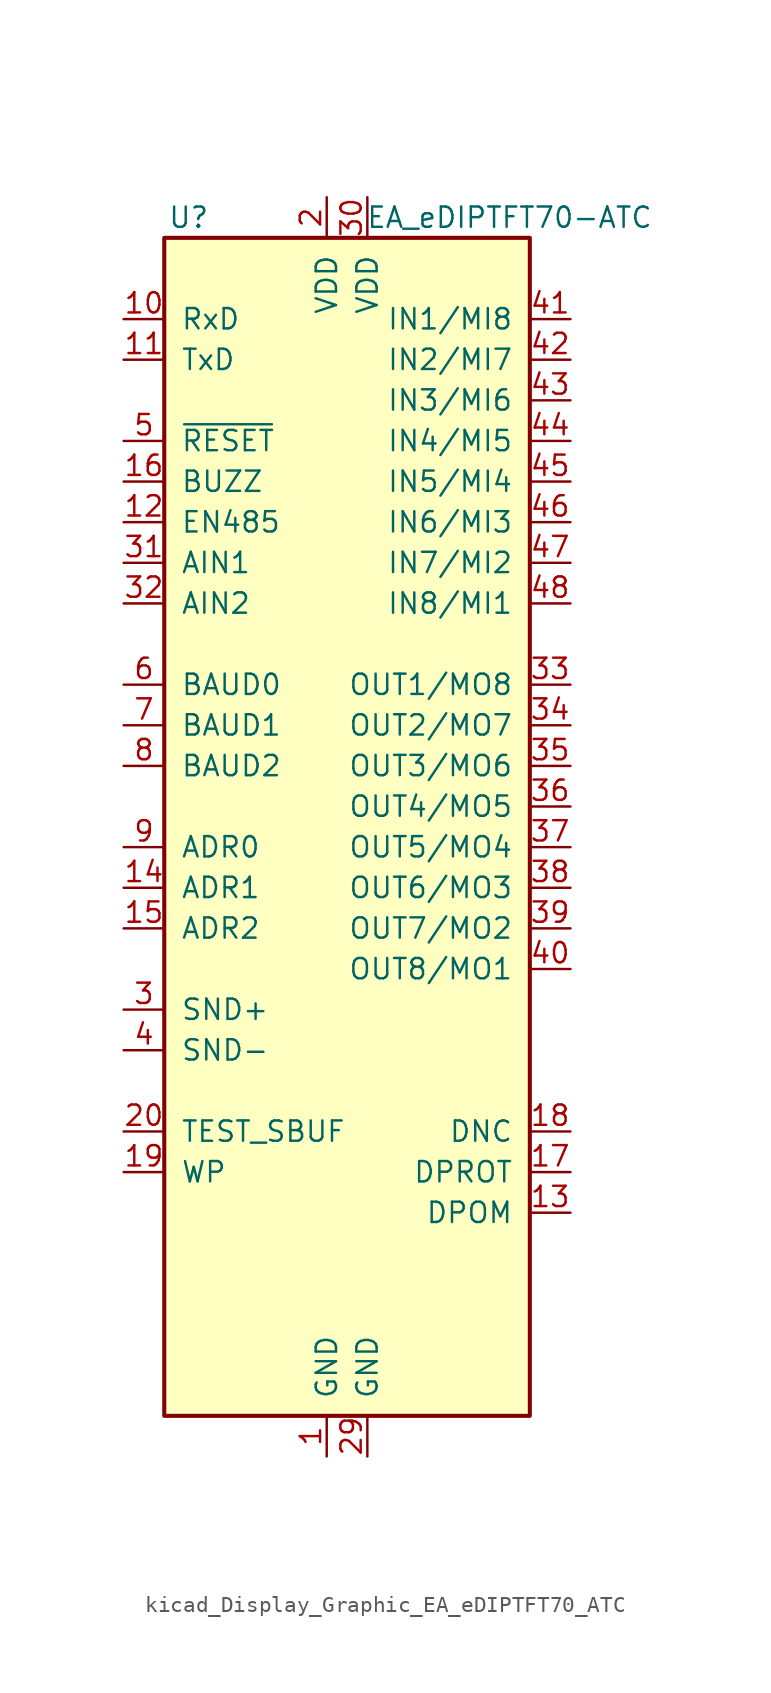
<source format=kicad_sym>
(kicad_symbol_lib
  (version 20220914)
  (generator kicad_symbol_editor)
  (symbol "kicad_Display_Graphic_EA_eDIPTFT70_ATC"
    (pin_names
      (offset 1.016))
    (property "Reference" "U"
      (at -8.636 36.83 0)
      (effects (font (size 1.27 1.27))))
    (property "Value" "EA_eDIPTFT70-ATC"
      (at 11.43 36.83 0)
      (effects (font (size 1.27 1.27))))
    (symbol "kicad_Display_Graphic_EA_eDIPTFT70_ATC_0_1"
      (rectangle (start -10.16 35.56) (end 12.7 -38.1) (stroke (width 0.254) (type default)) (fill (type background))))
    (symbol "kicad_Display_Graphic_EA_eDIPTFT70_ATC_1_1"
      (pin power_in line (at 0 -40.64 90) (length 2.54) (name "GND" (effects (font (size 1.27 1.27)))) (number "1" (effects (font (size 1.27 1.27)))))
      (pin input line (at -12.7 30.48 0) (length 2.54) (name "RxD" (effects (font (size 1.27 1.27)))) (number "10" (effects (font (size 1.27 1.27)))))
      (pin output line (at -12.7 27.94 0) (length 2.54) (name "TxD" (effects (font (size 1.27 1.27)))) (number "11" (effects (font (size 1.27 1.27)))))
      (pin output line (at -12.7 17.78 0) (length 2.54) (name "EN485" (effects (font (size 1.27 1.27)))) (number "12" (effects (font (size 1.27 1.27)))))
      (pin input line (at 15.24 -25.4 180) (length 2.54) (name "DPOM" (effects (font (size 1.27 1.27)))) (number "13" (effects (font (size 1.27 1.27)))))
      (pin input line (at -12.7 -5.08 0) (length 2.54) (name "ADR1" (effects (font (size 1.27 1.27)))) (number "14" (effects (font (size 1.27 1.27)))))
      (pin input line (at -12.7 -7.62 0) (length 2.54) (name "ADR2" (effects (font (size 1.27 1.27)))) (number "15" (effects (font (size 1.27 1.27)))))
      (pin output line (at -12.7 20.32 0) (length 2.54) (name "BUZZ" (effects (font (size 1.27 1.27)))) (number "16" (effects (font (size 1.27 1.27)))))
      (pin input line (at 15.24 -22.86 180) (length 2.54) (name "DPROT" (effects (font (size 1.27 1.27)))) (number "17" (effects (font (size 1.27 1.27)))))
      (pin output line (at 15.24 -20.32 180) (length 2.54) (name "DNC" (effects (font (size 1.27 1.27)))) (number "18" (effects (font (size 1.27 1.27)))))
      (pin input line (at -12.7 -22.86 0) (length 2.54) (name "WP" (effects (font (size 1.27 1.27)))) (number "19" (effects (font (size 1.27 1.27)))))
      (pin power_in line (at 0 38.1 270) (length 2.54) (name "VDD" (effects (font (size 1.27 1.27)))) (number "2" (effects (font (size 1.27 1.27)))))
      (pin bidirectional line (at -12.7 -20.32 0) (length 2.54) (name "TEST_SBUF" (effects (font (size 1.27 1.27)))) (number "20" (effects (font (size 1.27 1.27)))))
      (pin no_connect line (at -10.16 -27.94 0) (length 2.54) hide (name "NC" (effects (font (size 1.27 1.27)))) (number "21" (effects (font (size 1.27 1.27)))))
      (pin no_connect line (at -10.16 -30.48 0) (length 2.54) hide (name "NC" (effects (font (size 1.27 1.27)))) (number "22" (effects (font (size 1.27 1.27)))))
      (pin no_connect line (at -10.16 -33.02 0) (length 2.54) hide (name "NC" (effects (font (size 1.27 1.27)))) (number "23" (effects (font (size 1.27 1.27)))))
      (pin no_connect line (at -10.16 -35.56 0) (length 2.54) hide (name "NC" (effects (font (size 1.27 1.27)))) (number "24" (effects (font (size 1.27 1.27)))))
      (pin no_connect line (at 12.7 -35.56 180) (length 2.54) hide (name "NC" (effects (font (size 1.27 1.27)))) (number "25" (effects (font (size 1.27 1.27)))))
      (pin no_connect line (at 12.7 -33.02 180) (length 2.54) hide (name "NC" (effects (font (size 1.27 1.27)))) (number "26" (effects (font (size 1.27 1.27)))))
      (pin no_connect line (at 12.7 -30.48 180) (length 2.54) hide (name "NC" (effects (font (size 1.27 1.27)))) (number "27" (effects (font (size 1.27 1.27)))))
      (pin no_connect line (at 12.7 -27.94 180) (length 2.54) hide (name "NC" (effects (font (size 1.27 1.27)))) (number "28" (effects (font (size 1.27 1.27)))))
      (pin power_in line (at 2.54 -40.64 90) (length 2.54) (name "GND" (effects (font (size 1.27 1.27)))) (number "29" (effects (font (size 1.27 1.27)))))
      (pin output line (at -12.7 -12.7 0) (length 2.54) (name "SND+" (effects (font (size 1.27 1.27)))) (number "3" (effects (font (size 1.27 1.27)))))
      (pin power_in line (at 2.54 38.1 270) (length 2.54) (name "VDD" (effects (font (size 1.27 1.27)))) (number "30" (effects (font (size 1.27 1.27)))))
      (pin input line (at -12.7 15.24 0) (length 2.54) (name "AIN1" (effects (font (size 1.27 1.27)))) (number "31" (effects (font (size 1.27 1.27)))))
      (pin input line (at -12.7 12.7 0) (length 2.54) (name "AIN2" (effects (font (size 1.27 1.27)))) (number "32" (effects (font (size 1.27 1.27)))))
      (pin output line (at 15.24 7.62 180) (length 2.54) (name "OUT1/MO8" (effects (font (size 1.27 1.27)))) (number "33" (effects (font (size 1.27 1.27)))))
      (pin output line (at 15.24 5.08 180) (length 2.54) (name "OUT2/MO7" (effects (font (size 1.27 1.27)))) (number "34" (effects (font (size 1.27 1.27)))))
      (pin output line (at 15.24 2.54 180) (length 2.54) (name "OUT3/MO6" (effects (font (size 1.27 1.27)))) (number "35" (effects (font (size 1.27 1.27)))))
      (pin output line (at 15.24 0 180) (length 2.54) (name "OUT4/MO5" (effects (font (size 1.27 1.27)))) (number "36" (effects (font (size 1.27 1.27)))))
      (pin output line (at 15.24 -2.54 180) (length 2.54) (name "OUT5/MO4" (effects (font (size 1.27 1.27)))) (number "37" (effects (font (size 1.27 1.27)))))
      (pin output line (at 15.24 -5.08 180) (length 2.54) (name "OUT6/MO3" (effects (font (size 1.27 1.27)))) (number "38" (effects (font (size 1.27 1.27)))))
      (pin output line (at 15.24 -7.62 180) (length 2.54) (name "OUT7/MO2" (effects (font (size 1.27 1.27)))) (number "39" (effects (font (size 1.27 1.27)))))
      (pin input line (at -12.7 -15.24 0) (length 2.54) (name "SND-" (effects (font (size 1.27 1.27)))) (number "4" (effects (font (size 1.27 1.27)))))
      (pin output line (at 15.24 -10.16 180) (length 2.54) (name "OUT8/MO1" (effects (font (size 1.27 1.27)))) (number "40" (effects (font (size 1.27 1.27)))))
      (pin input line (at 15.24 30.48 180) (length 2.54) (name "IN1/MI8" (effects (font (size 1.27 1.27)))) (number "41" (effects (font (size 1.27 1.27)))))
      (pin input line (at 15.24 27.94 180) (length 2.54) (name "IN2/MI7" (effects (font (size 1.27 1.27)))) (number "42" (effects (font (size 1.27 1.27)))))
      (pin input line (at 15.24 25.4 180) (length 2.54) (name "IN3/MI6" (effects (font (size 1.27 1.27)))) (number "43" (effects (font (size 1.27 1.27)))))
      (pin input line (at 15.24 22.86 180) (length 2.54) (name "IN4/MI5" (effects (font (size 1.27 1.27)))) (number "44" (effects (font (size 1.27 1.27)))))
      (pin input line (at 15.24 20.32 180) (length 2.54) (name "IN5/MI4" (effects (font (size 1.27 1.27)))) (number "45" (effects (font (size 1.27 1.27)))))
      (pin input line (at 15.24 17.78 180) (length 2.54) (name "IN6/MI3" (effects (font (size 1.27 1.27)))) (number "46" (effects (font (size 1.27 1.27)))))
      (pin input line (at 15.24 15.24 180) (length 2.54) (name "IN7/MI2" (effects (font (size 1.27 1.27)))) (number "47" (effects (font (size 1.27 1.27)))))
      (pin input line (at 15.24 12.7 180) (length 2.54) (name "IN8/MI1" (effects (font (size 1.27 1.27)))) (number "48" (effects (font (size 1.27 1.27)))))
      (pin input line (at -12.7 22.86 0) (length 2.54) (name "~{RESET}" (effects (font (size 1.27 1.27)))) (number "5" (effects (font (size 1.27 1.27)))))
      (pin input line (at -12.7 7.62 0) (length 2.54) (name "BAUD0" (effects (font (size 1.27 1.27)))) (number "6" (effects (font (size 1.27 1.27)))))
      (pin input line (at -12.7 5.08 0) (length 2.54) (name "BAUD1" (effects (font (size 1.27 1.27)))) (number "7" (effects (font (size 1.27 1.27)))))
      (pin input line (at -12.7 2.54 0) (length 2.54) (name "BAUD2" (effects (font (size 1.27 1.27)))) (number "8" (effects (font (size 1.27 1.27)))))
      (pin input line (at -12.7 -2.54 0) (length 2.54) (name "ADR0" (effects (font (size 1.27 1.27)))) (number "9" (effects (font (size 1.27 1.27))))))))
</source>
